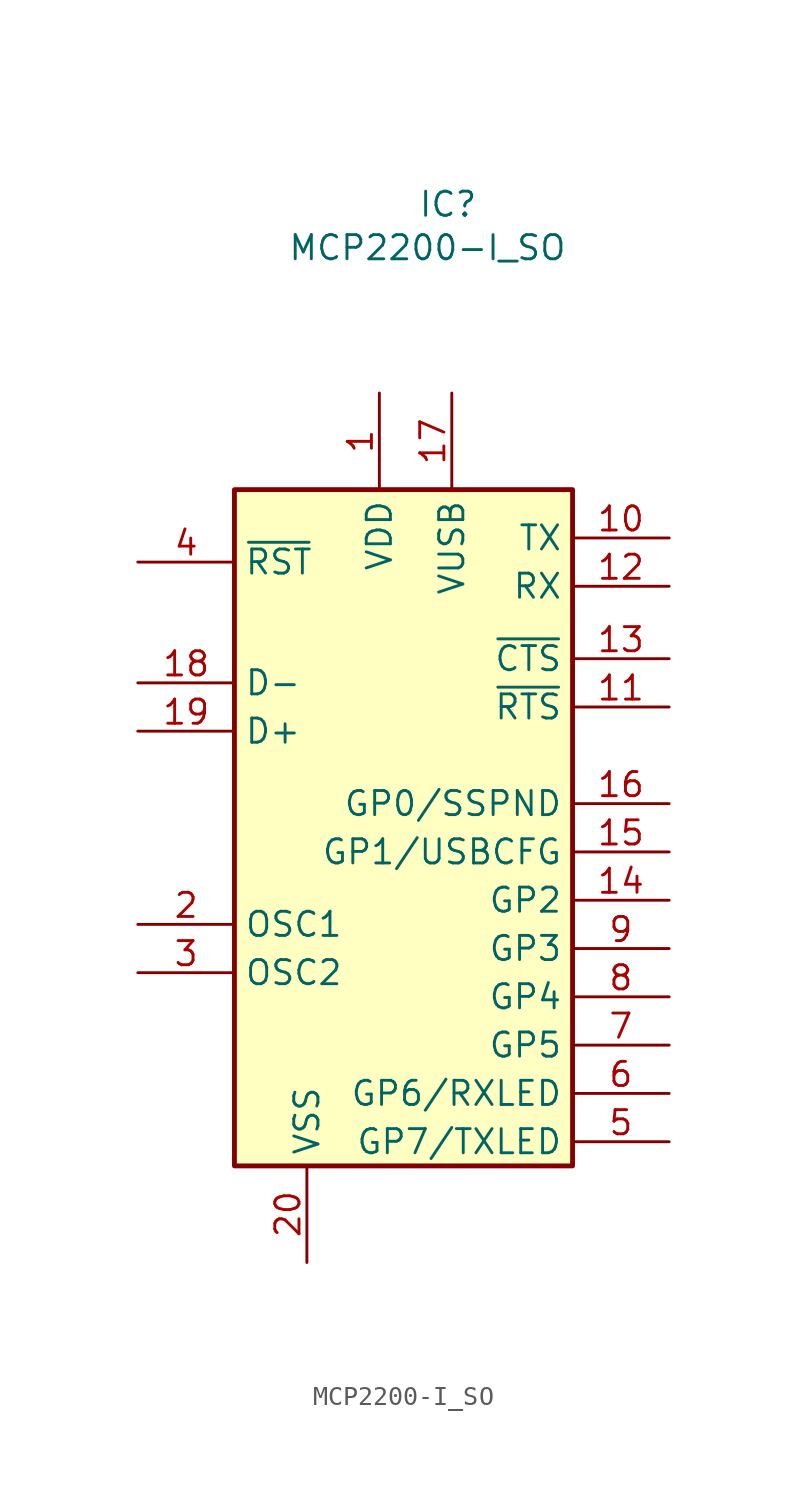
<source format=kicad_sym>
(kicad_symbol_lib
  (version 20241209)
  (generator "kicad_symbol_editor")
  (generator_version "9.0")
  (symbol "MCP2200-I_SO"
    (property "Reference" "IC"
      (at 9.652 15.748 0)
      (effects (font (size 1.27 1.27)) (justify left top)))
    (property "Value" "MCP2200-I_SO"
      (at 2.794 13.462 0)
      (effects (font (size 1.27 1.27)) (justify left top)))
    (symbol "MCP2200-I_SO_0_1"
      (rectangle (start 0 0) (end 17.78 -35.56) (stroke (width 0.254) (type default)) (fill (type background))))
    (symbol "MCP2200-I_SO_1_1"
      (pin input line (at -5.08 -3.81 0) (length 5.08) (name "~{RST}" (effects (font (size 1.27 1.27)))) (number "4" (effects (font (size 1.27 1.27)))))
      (pin bidirectional line (at -5.08 -10.16 0) (length 5.08) (name "D-" (effects (font (size 1.27 1.27)))) (number "18" (effects (font (size 1.27 1.27)))))
      (pin bidirectional line (at -5.08 -12.7 0) (length 5.08) (name "D+" (effects (font (size 1.27 1.27)))) (number "19" (effects (font (size 1.27 1.27)))))
      (pin input line (at -5.08 -22.86 0) (length 5.08) (name "OSC1" (effects (font (size 1.27 1.27)))) (number "2" (effects (font (size 1.27 1.27)))))
      (pin output line (at -5.08 -25.4 0) (length 5.08) (name "OSC2" (effects (font (size 1.27 1.27)))) (number "3" (effects (font (size 1.27 1.27)))))
      (pin power_in line (at 3.81 -40.64 90) (length 5.08) (name "VSS" (effects (font (size 1.27 1.27)))) (number "20" (effects (font (size 1.27 1.27)))))
      (pin power_in line (at 7.62 5.08 270) (length 5.08) (name "VDD" (effects (font (size 1.27 1.27)))) (number "1" (effects (font (size 1.27 1.27)))))
      (pin passive line (at 11.43 5.08 270) (length 5.08) (name "VUSB" (effects (font (size 1.27 1.27)))) (number "17" (effects (font (size 1.27 1.27)))))
      (pin output line (at 22.86 -2.54 180) (length 5.08) (name "TX" (effects (font (size 1.27 1.27)))) (number "10" (effects (font (size 1.27 1.27)))))
      (pin input line (at 22.86 -5.08 180) (length 5.08) (name "RX" (effects (font (size 1.27 1.27)))) (number "12" (effects (font (size 1.27 1.27)))))
      (pin unspecified line (at 22.86 -8.89 180) (length 5.08) (name "~{CTS}" (effects (font (size 1.27 1.27)))) (number "13" (effects (font (size 1.27 1.27)))))
      (pin unspecified line (at 22.86 -11.43 180) (length 5.08) (name "~{RTS}" (effects (font (size 1.27 1.27)))) (number "11" (effects (font (size 1.27 1.27)))))
      (pin bidirectional line (at 22.86 -16.51 180) (length 5.08) (name "GP0/SSPND" (effects (font (size 1.27 1.27)))) (number "16" (effects (font (size 1.27 1.27)))))
      (pin bidirectional line (at 22.86 -19.05 180) (length 5.08) (name "GP1/USBCFG" (effects (font (size 1.27 1.27)))) (number "15" (effects (font (size 1.27 1.27)))))
      (pin bidirectional line (at 22.86 -21.59 180) (length 5.08) (name "GP2" (effects (font (size 1.27 1.27)))) (number "14" (effects (font (size 1.27 1.27)))))
      (pin bidirectional line (at 22.86 -24.13 180) (length 5.08) (name "GP3" (effects (font (size 1.27 1.27)))) (number "9" (effects (font (size 1.27 1.27)))))
      (pin bidirectional line (at 22.86 -26.67 180) (length 5.08) (name "GP4" (effects (font (size 1.27 1.27)))) (number "8" (effects (font (size 1.27 1.27)))))
      (pin bidirectional line (at 22.86 -29.21 180) (length 5.08) (name "GP5" (effects (font (size 1.27 1.27)))) (number "7" (effects (font (size 1.27 1.27)))))
      (pin bidirectional line (at 22.86 -31.75 180) (length 5.08) (name "GP6/RXLED" (effects (font (size 1.27 1.27)))) (number "6" (effects (font (size 1.27 1.27)))))
      (pin bidirectional line (at 22.86 -34.29 180) (length 5.08) (name "GP7/TXLED" (effects (font (size 1.27 1.27)))) (number "5" (effects (font (size 1.27 1.27))))))))
</source>
